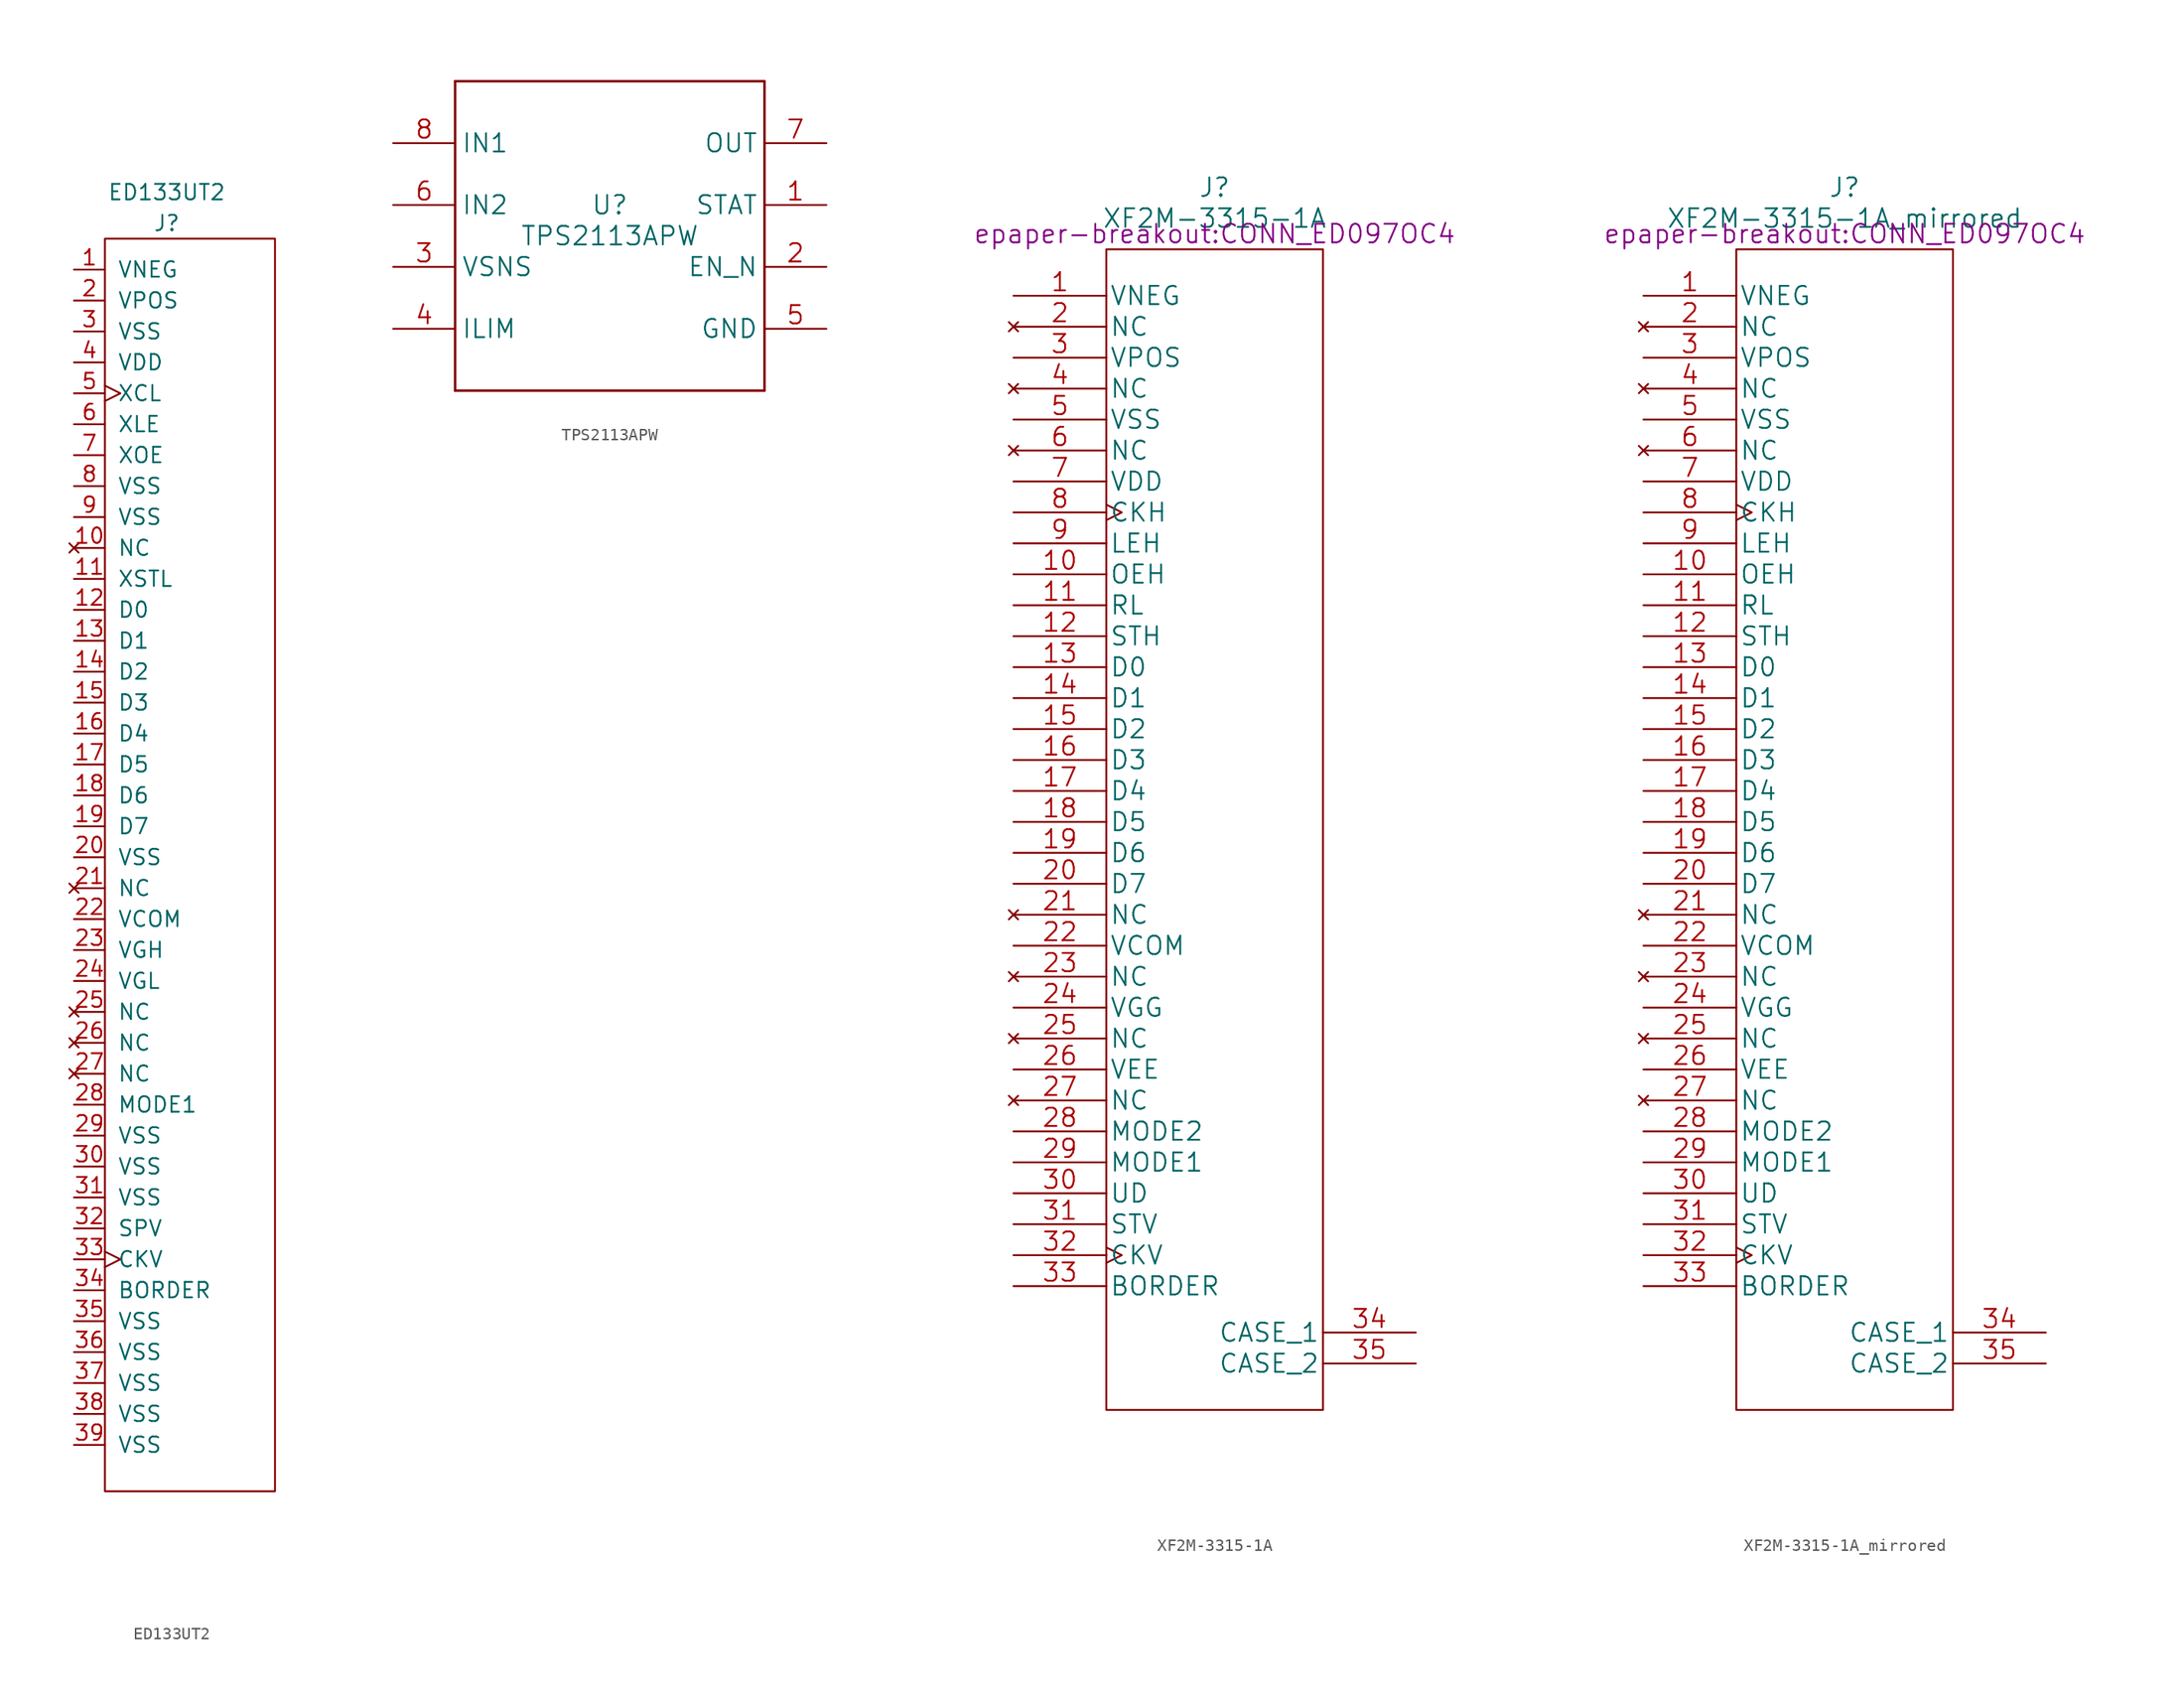
<source format=kicad_sym>
(kicad_symbol_lib
  (version 20220914)
  (generator kicad_symbol_editor)
  (symbol "ED133UT2"
    (pin_names
      (offset 1.016))
    (property "Reference" "J"
      (at 0 0 0)
      (effects (font (size 1.27 1.27))))
    (property "Value" "ED133UT2"
      (at 0 2.54 0)
      (effects (font (size 1.27 1.27))))
    (symbol "ED133UT2_0_1"
      (rectangle (start -5.08 -1.27) (end 8.89 -104.14) (stroke (width 0) (type solid)) (fill (type none))))
    (symbol "ED133UT2_1_1"
      (pin power_in line (at -7.62 -3.81 0) (length 2.54) (name "VNEG" (effects (font (size 1.27 1.27)))) (number "1" (effects (font (size 1.27 1.27)))))
      (pin no_connect line (at -7.62 -26.67 0) (length 2.54) (name "NC" (effects (font (size 1.27 1.27)))) (number "10" (effects (font (size 1.27 1.27)))))
      (pin input line (at -7.62 -29.21 0) (length 2.54) (name "XSTL" (effects (font (size 1.27 1.27)))) (number "11" (effects (font (size 1.27 1.27)))))
      (pin input line (at -7.62 -31.75 0) (length 2.54) (name "D0" (effects (font (size 1.27 1.27)))) (number "12" (effects (font (size 1.27 1.27)))))
      (pin input line (at -7.62 -34.29 0) (length 2.54) (name "D1" (effects (font (size 1.27 1.27)))) (number "13" (effects (font (size 1.27 1.27)))))
      (pin input line (at -7.62 -36.83 0) (length 2.54) (name "D2" (effects (font (size 1.27 1.27)))) (number "14" (effects (font (size 1.27 1.27)))))
      (pin input line (at -7.62 -39.37 0) (length 2.54) (name "D3" (effects (font (size 1.27 1.27)))) (number "15" (effects (font (size 1.27 1.27)))))
      (pin input line (at -7.62 -41.91 0) (length 2.54) (name "D4" (effects (font (size 1.27 1.27)))) (number "16" (effects (font (size 1.27 1.27)))))
      (pin input line (at -7.62 -44.45 0) (length 2.54) (name "D5" (effects (font (size 1.27 1.27)))) (number "17" (effects (font (size 1.27 1.27)))))
      (pin input line (at -7.62 -46.99 0) (length 2.54) (name "D6" (effects (font (size 1.27 1.27)))) (number "18" (effects (font (size 1.27 1.27)))))
      (pin input line (at -7.62 -49.53 0) (length 2.54) (name "D7" (effects (font (size 1.27 1.27)))) (number "19" (effects (font (size 1.27 1.27)))))
      (pin power_in line (at -7.62 -6.35 0) (length 2.54) (name "VPOS" (effects (font (size 1.27 1.27)))) (number "2" (effects (font (size 1.27 1.27)))))
      (pin input line (at -7.62 -52.07 0) (length 2.54) (name "VSS" (effects (font (size 1.27 1.27)))) (number "20" (effects (font (size 1.27 1.27)))))
      (pin no_connect line (at -7.62 -54.61 0) (length 2.54) (name "NC" (effects (font (size 1.27 1.27)))) (number "21" (effects (font (size 1.27 1.27)))))
      (pin power_in line (at -7.62 -57.15 0) (length 2.54) (name "VCOM" (effects (font (size 1.27 1.27)))) (number "22" (effects (font (size 1.27 1.27)))))
      (pin power_in line (at -7.62 -59.69 0) (length 2.54) (name "VGH" (effects (font (size 1.27 1.27)))) (number "23" (effects (font (size 1.27 1.27)))))
      (pin power_in line (at -7.62 -62.23 0) (length 2.54) (name "VGL" (effects (font (size 1.27 1.27)))) (number "24" (effects (font (size 1.27 1.27)))))
      (pin no_connect line (at -7.62 -64.77 0) (length 2.54) (name "NC" (effects (font (size 1.27 1.27)))) (number "25" (effects (font (size 1.27 1.27)))))
      (pin no_connect line (at -7.62 -67.31 0) (length 2.54) (name "NC" (effects (font (size 1.27 1.27)))) (number "26" (effects (font (size 1.27 1.27)))))
      (pin no_connect line (at -7.62 -69.85 0) (length 2.54) (name "NC" (effects (font (size 1.27 1.27)))) (number "27" (effects (font (size 1.27 1.27)))))
      (pin input line (at -7.62 -72.39 0) (length 2.54) (name "MODE1" (effects (font (size 1.27 1.27)))) (number "28" (effects (font (size 1.27 1.27)))))
      (pin power_in line (at -7.62 -74.93 0) (length 2.54) (name "VSS" (effects (font (size 1.27 1.27)))) (number "29" (effects (font (size 1.27 1.27)))))
      (pin power_in line (at -7.62 -8.89 0) (length 2.54) (name "VSS" (effects (font (size 1.27 1.27)))) (number "3" (effects (font (size 1.27 1.27)))))
      (pin power_in line (at -7.62 -77.47 0) (length 2.54) (name "VSS" (effects (font (size 1.27 1.27)))) (number "30" (effects (font (size 1.27 1.27)))))
      (pin power_in line (at -7.62 -80.01 0) (length 2.54) (name "VSS" (effects (font (size 1.27 1.27)))) (number "31" (effects (font (size 1.27 1.27)))))
      (pin input line (at -7.62 -82.55 0) (length 2.54) (name "SPV" (effects (font (size 1.27 1.27)))) (number "32" (effects (font (size 1.27 1.27)))))
      (pin input clock (at -7.62 -85.09 0) (length 2.54) (name "CKV" (effects (font (size 1.27 1.27)))) (number "33" (effects (font (size 1.27 1.27)))))
      (pin power_in line (at -7.62 -87.63 0) (length 2.54) (name "BORDER" (effects (font (size 1.27 1.27)))) (number "34" (effects (font (size 1.27 1.27)))))
      (pin power_in line (at -7.62 -90.17 0) (length 2.54) (name "VSS" (effects (font (size 1.27 1.27)))) (number "35" (effects (font (size 1.27 1.27)))))
      (pin power_in line (at -7.62 -92.71 0) (length 2.54) (name "VSS" (effects (font (size 1.27 1.27)))) (number "36" (effects (font (size 1.27 1.27)))))
      (pin power_in line (at -7.62 -95.25 0) (length 2.54) (name "VSS" (effects (font (size 1.27 1.27)))) (number "37" (effects (font (size 1.27 1.27)))))
      (pin power_in line (at -7.62 -97.79 0) (length 2.54) (name "VSS" (effects (font (size 1.27 1.27)))) (number "38" (effects (font (size 1.27 1.27)))))
      (pin power_in line (at -7.62 -100.33 0) (length 2.54) (name "VSS" (effects (font (size 1.27 1.27)))) (number "39" (effects (font (size 1.27 1.27)))))
      (pin power_in line (at -7.62 -11.43 0) (length 2.54) (name "VDD" (effects (font (size 1.27 1.27)))) (number "4" (effects (font (size 1.27 1.27)))))
      (pin input clock (at -7.62 -13.97 0) (length 2.54) (name "XCL" (effects (font (size 1.27 1.27)))) (number "5" (effects (font (size 1.27 1.27)))))
      (pin input line (at -7.62 -16.51 0) (length 2.54) (name "XLE" (effects (font (size 1.27 1.27)))) (number "6" (effects (font (size 1.27 1.27)))))
      (pin input line (at -7.62 -19.05 0) (length 2.54) (name "XOE" (effects (font (size 1.27 1.27)))) (number "7" (effects (font (size 1.27 1.27)))))
      (pin power_in line (at -7.62 -21.59 0) (length 2.54) (name "VSS" (effects (font (size 1.27 1.27)))) (number "8" (effects (font (size 1.27 1.27)))))
      (pin power_in line (at -7.62 -24.13 0) (length 2.54) (name "VSS" (effects (font (size 1.27 1.27)))) (number "9" (effects (font (size 1.27 1.27)))))))
  (symbol "TPS2113APW"
    (property "Reference" "U"
      (at 0 2.54 0)
      (effects (font (size 1.524 1.524))))
    (property "Value" "TPS2113APW"
      (at 0 0 0)
      (effects (font (size 1.524 1.524))))
    (property "Datasheet" ""
      (at 0 0 0)
      (effects (font (size 1.524 1.524))))
    (symbol "TPS2113APW_1_1"
      (polyline (pts (xy -12.7 -12.7) (xy 12.7 -12.7)) (stroke (width 0.203) (type solid)) (fill (type none)))
      (polyline (pts (xy -12.7 12.7) (xy -12.7 -12.7)) (stroke (width 0.203) (type solid)) (fill (type none)))
      (polyline (pts (xy 12.7 -12.7) (xy 12.7 12.7)) (stroke (width 0.203) (type solid)) (fill (type none)))
      (polyline (pts (xy 12.7 12.7) (xy -12.7 12.7)) (stroke (width 0.203) (type solid)) (fill (type none)))
      (pin tri_state line (at 17.78 2.54 180) (length 5.08) (name "STAT" (effects (font (size 1.499 1.499)))) (number "1" (effects (font (size 1.499 1.499)))))
      (pin input line (at 17.78 -2.54 180) (length 5.08) (name "EN_N" (effects (font (size 1.499 1.499)))) (number "2" (effects (font (size 1.499 1.499)))))
      (pin input line (at -17.78 -2.54 0) (length 5.08) (name "VSNS" (effects (font (size 1.499 1.499)))) (number "3" (effects (font (size 1.499 1.499)))))
      (pin input line (at -17.78 -7.62 0) (length 5.08) (name "ILIM" (effects (font (size 1.499 1.499)))) (number "4" (effects (font (size 1.499 1.499)))))
      (pin power_in line (at 17.78 -7.62 180) (length 5.08) (name "GND" (effects (font (size 1.499 1.499)))) (number "5" (effects (font (size 1.499 1.499)))))
      (pin power_in line (at -17.78 2.54 0) (length 5.08) (name "IN2" (effects (font (size 1.499 1.499)))) (number "6" (effects (font (size 1.499 1.499)))))
      (pin power_in line (at 17.78 7.62 180) (length 5.08) (name "OUT" (effects (font (size 1.499 1.499)))) (number "7" (effects (font (size 1.499 1.499)))))
      (pin power_in line (at -17.78 7.62 0) (length 5.08) (name "IN1" (effects (font (size 1.499 1.499)))) (number "8" (effects (font (size 1.499 1.499)))))))
  (symbol "XF2M-3315-1A"
    (pin_names
      (offset 0.254))
    (property "Reference" "J"
      (at 16.51 13.97 0)
      (effects (font (size 1.524 1.524))))
    (property "Value" "XF2M-3315-1A"
      (at 16.51 11.43 0)
      (effects (font (size 1.524 1.524))))
    (property "Footprint" "epaper-breakout:CONN_ED097OC4"
      (at 16.51 10.16 0)
      (effects (font (size 1.524 1.524))))
    (property "Datasheet" ""
      (at 0 0 0)
      (effects (font (size 1.524 1.524))))
    (symbol "XF2M-3315-1A_0_1"
      (rectangle (start 25.4 -86.36) (end 7.62 8.89) (stroke (width 0) (type solid)) (fill (type none))))
    (symbol "XF2M-3315-1A_1_0"
      (pin power_in line (at 0 5.08 0) (length 7.62) (name "VNEG" (effects (font (size 1.499 1.499)))) (number "1" (effects (font (size 1.499 1.499)))))
      (pin input line (at 0 -17.78 0) (length 7.62) (name "OEH" (effects (font (size 1.499 1.499)))) (number "10" (effects (font (size 1.499 1.499)))))
      (pin input line (at 0 -20.32 0) (length 7.62) (name "RL" (effects (font (size 1.499 1.499)))) (number "11" (effects (font (size 1.499 1.499)))))
      (pin input line (at 0 -22.86 0) (length 7.62) (name "STH" (effects (font (size 1.499 1.499)))) (number "12" (effects (font (size 1.499 1.499)))))
      (pin input line (at 0 -25.4 0) (length 7.62) (name "D0" (effects (font (size 1.499 1.499)))) (number "13" (effects (font (size 1.499 1.499)))))
      (pin input line (at 0 -27.94 0) (length 7.62) (name "D1" (effects (font (size 1.499 1.499)))) (number "14" (effects (font (size 1.499 1.499)))))
      (pin input line (at 0 -30.48 0) (length 7.62) (name "D2" (effects (font (size 1.499 1.499)))) (number "15" (effects (font (size 1.499 1.499)))))
      (pin input line (at 0 -33.02 0) (length 7.62) (name "D3" (effects (font (size 1.499 1.499)))) (number "16" (effects (font (size 1.499 1.499)))))
      (pin input line (at 0 -35.56 0) (length 7.62) (name "D4" (effects (font (size 1.499 1.499)))) (number "17" (effects (font (size 1.499 1.499)))))
      (pin input line (at 0 -38.1 0) (length 7.62) (name "D5" (effects (font (size 1.499 1.499)))) (number "18" (effects (font (size 1.499 1.499)))))
      (pin input line (at 0 -40.64 0) (length 7.62) (name "D6" (effects (font (size 1.499 1.499)))) (number "19" (effects (font (size 1.499 1.499)))))
      (pin no_connect line (at 0 2.54 0) (length 7.62) (name "NC" (effects (font (size 1.499 1.499)))) (number "2" (effects (font (size 1.499 1.499)))))
      (pin input line (at 0 -43.18 0) (length 7.62) (name "D7" (effects (font (size 1.499 1.499)))) (number "20" (effects (font (size 1.499 1.499)))))
      (pin no_connect line (at 0 -45.72 0) (length 7.62) (name "NC" (effects (font (size 1.499 1.499)))) (number "21" (effects (font (size 1.499 1.499)))))
      (pin power_in line (at 0 -48.26 0) (length 7.62) (name "VCOM" (effects (font (size 1.499 1.499)))) (number "22" (effects (font (size 1.499 1.499)))))
      (pin no_connect line (at 0 -50.8 0) (length 7.62) (name "NC" (effects (font (size 1.499 1.499)))) (number "23" (effects (font (size 1.499 1.499)))))
      (pin power_in line (at 0 -53.34 0) (length 7.62) (name "VGG" (effects (font (size 1.499 1.499)))) (number "24" (effects (font (size 1.499 1.499)))))
      (pin no_connect line (at 0 -55.88 0) (length 7.62) (name "NC" (effects (font (size 1.499 1.499)))) (number "25" (effects (font (size 1.499 1.499)))))
      (pin power_in line (at 0 -58.42 0) (length 7.62) (name "VEE" (effects (font (size 1.499 1.499)))) (number "26" (effects (font (size 1.499 1.499)))))
      (pin no_connect line (at 0 -60.96 0) (length 7.62) (name "NC" (effects (font (size 1.499 1.499)))) (number "27" (effects (font (size 1.499 1.499)))))
      (pin input line (at 0 -63.5 0) (length 7.62) (name "MODE2" (effects (font (size 1.499 1.499)))) (number "28" (effects (font (size 1.499 1.499)))))
      (pin input line (at 0 -66.04 0) (length 7.62) (name "MODE1" (effects (font (size 1.499 1.499)))) (number "29" (effects (font (size 1.499 1.499)))))
      (pin power_in line (at 0 0 0) (length 7.62) (name "VPOS" (effects (font (size 1.499 1.499)))) (number "3" (effects (font (size 1.499 1.499)))))
      (pin input line (at 0 -68.58 0) (length 7.62) (name "UD" (effects (font (size 1.499 1.499)))) (number "30" (effects (font (size 1.499 1.499)))))
      (pin input line (at 0 -71.12 0) (length 7.62) (name "STV" (effects (font (size 1.499 1.499)))) (number "31" (effects (font (size 1.499 1.499)))))
      (pin input clock (at 0 -73.66 0) (length 7.62) (name "CKV" (effects (font (size 1.499 1.499)))) (number "32" (effects (font (size 1.499 1.499)))))
      (pin input line (at 0 -76.2 0) (length 7.62) (name "BORDER" (effects (font (size 1.499 1.499)))) (number "33" (effects (font (size 1.499 1.499)))))
      (pin unspecified line (at 33.02 -80.01 180) (length 7.62) (name "CASE_1" (effects (font (size 1.499 1.499)))) (number "34" (effects (font (size 1.499 1.499)))))
      (pin unspecified line (at 33.02 -82.55 180) (length 7.62) (name "CASE_2" (effects (font (size 1.499 1.499)))) (number "35" (effects (font (size 1.499 1.499)))))
      (pin no_connect line (at 0 -2.54 0) (length 7.62) (name "NC" (effects (font (size 1.499 1.499)))) (number "4" (effects (font (size 1.499 1.499)))))
      (pin power_in line (at 0 -5.08 0) (length 7.62) (name "VSS" (effects (font (size 1.499 1.499)))) (number "5" (effects (font (size 1.499 1.499)))))
      (pin no_connect line (at 0 -7.62 0) (length 7.62) (name "NC" (effects (font (size 1.499 1.499)))) (number "6" (effects (font (size 1.499 1.499)))))
      (pin power_in line (at 0 -10.16 0) (length 7.62) (name "VDD" (effects (font (size 1.499 1.499)))) (number "7" (effects (font (size 1.499 1.499)))))
      (pin input clock (at 0 -12.7 0) (length 7.62) (name "CKH" (effects (font (size 1.499 1.499)))) (number "8" (effects (font (size 1.499 1.499)))))
      (pin input line (at 0 -15.24 0) (length 7.62) (name "LEH" (effects (font (size 1.499 1.499)))) (number "9" (effects (font (size 1.499 1.499)))))))
  (symbol "XF2M-3315-1A_mirrored"
    (pin_names
      (offset 0.254))
    (property "Reference" "J"
      (at 16.51 13.97 0)
      (effects (font (size 1.524 1.524))))
    (property "Value" "XF2M-3315-1A_mirrored"
      (at 16.51 11.43 0)
      (effects (font (size 1.524 1.524))))
    (property "Footprint" "epaper-breakout:CONN_ED097OC4"
      (at 16.51 10.16 0)
      (effects (font (size 1.524 1.524))))
    (property "Datasheet" ""
      (at 0 0 0)
      (effects (font (size 1.524 1.524))))
    (symbol "XF2M-3315-1A_mirrored_0_1"
      (rectangle (start 25.4 -86.36) (end 7.62 8.89) (stroke (width 0) (type solid)) (fill (type none))))
    (symbol "XF2M-3315-1A_mirrored_1_0"
      (pin power_in line (at 0 5.08 0) (length 7.62) (name "VNEG" (effects (font (size 1.499 1.499)))) (number "1" (effects (font (size 1.499 1.499)))))
      (pin input line (at 0 -17.78 0) (length 7.62) (name "OEH" (effects (font (size 1.499 1.499)))) (number "10" (effects (font (size 1.499 1.499)))))
      (pin input line (at 0 -20.32 0) (length 7.62) (name "RL" (effects (font (size 1.499 1.499)))) (number "11" (effects (font (size 1.499 1.499)))))
      (pin input line (at 0 -22.86 0) (length 7.62) (name "STH" (effects (font (size 1.499 1.499)))) (number "12" (effects (font (size 1.499 1.499)))))
      (pin input line (at 0 -25.4 0) (length 7.62) (name "D0" (effects (font (size 1.499 1.499)))) (number "13" (effects (font (size 1.499 1.499)))))
      (pin input line (at 0 -27.94 0) (length 7.62) (name "D1" (effects (font (size 1.499 1.499)))) (number "14" (effects (font (size 1.499 1.499)))))
      (pin input line (at 0 -30.48 0) (length 7.62) (name "D2" (effects (font (size 1.499 1.499)))) (number "15" (effects (font (size 1.499 1.499)))))
      (pin input line (at 0 -33.02 0) (length 7.62) (name "D3" (effects (font (size 1.499 1.499)))) (number "16" (effects (font (size 1.499 1.499)))))
      (pin input line (at 0 -35.56 0) (length 7.62) (name "D4" (effects (font (size 1.499 1.499)))) (number "17" (effects (font (size 1.499 1.499)))))
      (pin input line (at 0 -38.1 0) (length 7.62) (name "D5" (effects (font (size 1.499 1.499)))) (number "18" (effects (font (size 1.499 1.499)))))
      (pin input line (at 0 -40.64 0) (length 7.62) (name "D6" (effects (font (size 1.499 1.499)))) (number "19" (effects (font (size 1.499 1.499)))))
      (pin no_connect line (at 0 2.54 0) (length 7.62) (name "NC" (effects (font (size 1.499 1.499)))) (number "2" (effects (font (size 1.499 1.499)))))
      (pin input line (at 0 -43.18 0) (length 7.62) (name "D7" (effects (font (size 1.499 1.499)))) (number "20" (effects (font (size 1.499 1.499)))))
      (pin no_connect line (at 0 -45.72 0) (length 7.62) (name "NC" (effects (font (size 1.499 1.499)))) (number "21" (effects (font (size 1.499 1.499)))))
      (pin power_in line (at 0 -48.26 0) (length 7.62) (name "VCOM" (effects (font (size 1.499 1.499)))) (number "22" (effects (font (size 1.499 1.499)))))
      (pin no_connect line (at 0 -50.8 0) (length 7.62) (name "NC" (effects (font (size 1.499 1.499)))) (number "23" (effects (font (size 1.499 1.499)))))
      (pin power_in line (at 0 -53.34 0) (length 7.62) (name "VGG" (effects (font (size 1.499 1.499)))) (number "24" (effects (font (size 1.499 1.499)))))
      (pin no_connect line (at 0 -55.88 0) (length 7.62) (name "NC" (effects (font (size 1.499 1.499)))) (number "25" (effects (font (size 1.499 1.499)))))
      (pin power_in line (at 0 -58.42 0) (length 7.62) (name "VEE" (effects (font (size 1.499 1.499)))) (number "26" (effects (font (size 1.499 1.499)))))
      (pin no_connect line (at 0 -60.96 0) (length 7.62) (name "NC" (effects (font (size 1.499 1.499)))) (number "27" (effects (font (size 1.499 1.499)))))
      (pin input line (at 0 -63.5 0) (length 7.62) (name "MODE2" (effects (font (size 1.499 1.499)))) (number "28" (effects (font (size 1.499 1.499)))))
      (pin input line (at 0 -66.04 0) (length 7.62) (name "MODE1" (effects (font (size 1.499 1.499)))) (number "29" (effects (font (size 1.499 1.499)))))
      (pin power_in line (at 0 0 0) (length 7.62) (name "VPOS" (effects (font (size 1.499 1.499)))) (number "3" (effects (font (size 1.499 1.499)))))
      (pin input line (at 0 -68.58 0) (length 7.62) (name "UD" (effects (font (size 1.499 1.499)))) (number "30" (effects (font (size 1.499 1.499)))))
      (pin input line (at 0 -71.12 0) (length 7.62) (name "STV" (effects (font (size 1.499 1.499)))) (number "31" (effects (font (size 1.499 1.499)))))
      (pin input clock (at 0 -73.66 0) (length 7.62) (name "CKV" (effects (font (size 1.499 1.499)))) (number "32" (effects (font (size 1.499 1.499)))))
      (pin input line (at 0 -76.2 0) (length 7.62) (name "BORDER" (effects (font (size 1.499 1.499)))) (number "33" (effects (font (size 1.499 1.499)))))
      (pin unspecified line (at 33.02 -80.01 180) (length 7.62) (name "CASE_1" (effects (font (size 1.499 1.499)))) (number "34" (effects (font (size 1.499 1.499)))))
      (pin unspecified line (at 33.02 -82.55 180) (length 7.62) (name "CASE_2" (effects (font (size 1.499 1.499)))) (number "35" (effects (font (size 1.499 1.499)))))
      (pin no_connect line (at 0 -2.54 0) (length 7.62) (name "NC" (effects (font (size 1.499 1.499)))) (number "4" (effects (font (size 1.499 1.499)))))
      (pin power_in line (at 0 -5.08 0) (length 7.62) (name "VSS" (effects (font (size 1.499 1.499)))) (number "5" (effects (font (size 1.499 1.499)))))
      (pin no_connect line (at 0 -7.62 0) (length 7.62) (name "NC" (effects (font (size 1.499 1.499)))) (number "6" (effects (font (size 1.499 1.499)))))
      (pin power_in line (at 0 -10.16 0) (length 7.62) (name "VDD" (effects (font (size 1.499 1.499)))) (number "7" (effects (font (size 1.499 1.499)))))
      (pin input clock (at 0 -12.7 0) (length 7.62) (name "CKH" (effects (font (size 1.499 1.499)))) (number "8" (effects (font (size 1.499 1.499)))))
      (pin input line (at 0 -15.24 0) (length 7.62) (name "LEH" (effects (font (size 1.499 1.499)))) (number "9" (effects (font (size 1.499 1.499))))))))
</source>
